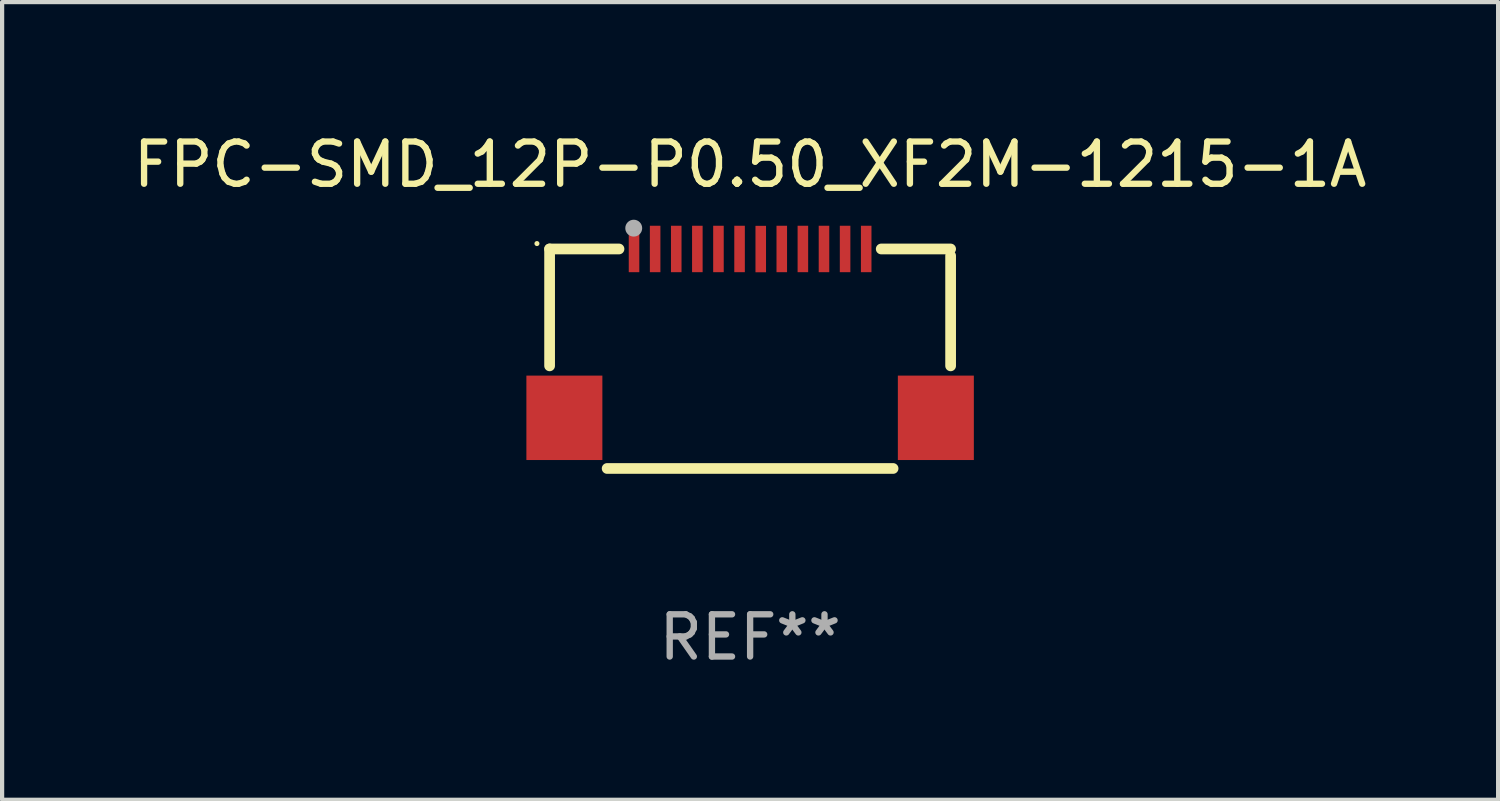
<source format=kicad_pcb>
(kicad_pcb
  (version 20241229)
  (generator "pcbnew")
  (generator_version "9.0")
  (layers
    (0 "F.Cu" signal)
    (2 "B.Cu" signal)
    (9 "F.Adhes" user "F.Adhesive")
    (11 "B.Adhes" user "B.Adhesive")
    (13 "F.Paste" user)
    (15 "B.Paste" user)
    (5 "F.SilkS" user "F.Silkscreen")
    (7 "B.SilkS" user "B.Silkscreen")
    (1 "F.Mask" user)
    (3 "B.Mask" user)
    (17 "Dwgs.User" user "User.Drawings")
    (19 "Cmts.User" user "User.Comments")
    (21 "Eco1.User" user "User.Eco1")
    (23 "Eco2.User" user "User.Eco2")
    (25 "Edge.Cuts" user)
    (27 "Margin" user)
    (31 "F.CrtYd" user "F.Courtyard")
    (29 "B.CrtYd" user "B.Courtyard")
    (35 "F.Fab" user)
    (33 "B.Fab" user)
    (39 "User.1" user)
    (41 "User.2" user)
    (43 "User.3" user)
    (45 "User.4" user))
  (footprint "FPC-SMD_12P-P0.50_XF2M-1215-1A"
    (layer "F.Cu")
    (at 14.72 5.448)
    (property "Reference" "FPC-SMD_12P-P0.50_XF2M-1215-1A" (at 0 -4.6 0) (layer "F.SilkS") (effects (font (size 1 1) (thickness 0.15))))
    (attr through_hole)
    (fp_line (start -4.75 -2.6) (end -3.106 -2.6) (stroke (width 0.254) (type solid)) (layer "F.SilkS"))
    (fp_line (start -4.75 0.169) (end -4.75 -2.6) (stroke (width 0.254) (type solid)) (layer "F.SilkS"))
    (fp_line (start 3.106 -2.6) (end 4.75 -2.6) (stroke (width 0.254) (type solid)) (layer "F.SilkS"))
    (fp_line (start 3.387 2.6) (end -3.387 2.6) (stroke (width 0.254) (type solid)) (layer "F.SilkS"))
    (fp_line (start 4.75 -2.44) (end 4.75 0.169) (stroke (width 0.254) (type solid)) (layer "F.SilkS"))
    (fp_circle (center -5.05 -2.728) (end -5.02 -2.728) (stroke (width 0.06) (type solid)) (fill no) (layer "F.SilkS"))
    (fp_circle (center -2.757 -3.093) (end -2.657 -3.093) (stroke (width 0.2) (type solid)) (fill no) (layer "F.Fab"))
    (fp_text user "REF**" (at 0 6.6 0) (layer "F.Fab") (effects (font (size 1 1) (thickness 0.15))))
    (pad "1" smd rect (at -2.75 -2.6) (size 0.25 1.1) (layers "F.Cu" "F.Mask" "F.Paste"))
    (pad "2" smd rect (at -2.25 -2.6) (size 0.25 1.1) (layers "F.Cu" "F.Mask" "F.Paste"))
    (pad "3" smd rect (at -1.75 -2.6) (size 0.25 1.1) (layers "F.Cu" "F.Mask" "F.Paste"))
    (pad "4" smd rect (at -1.25 -2.6) (size 0.25 1.1) (layers "F.Cu" "F.Mask" "F.Paste"))
    (pad "5" smd rect (at -0.75 -2.6) (size 0.25 1.1) (layers "F.Cu" "F.Mask" "F.Paste"))
    (pad "6" smd rect (at -0.25 -2.6) (size 0.25 1.1) (layers "F.Cu" "F.Mask" "F.Paste"))
    (pad "7" smd rect (at 0.252 -2.598) (size 0.25 1.1) (layers "F.Cu" "F.Mask" "F.Paste"))
    (pad "8" smd rect (at 0.75 -2.6) (size 0.25 1.1) (layers "F.Cu" "F.Mask" "F.Paste"))
    (pad "9" smd rect (at 1.25 -2.6) (size 0.25 1.1) (layers "F.Cu" "F.Mask" "F.Paste"))
    (pad "10" smd rect (at 1.75 -2.6) (size 0.25 1.1) (layers "F.Cu" "F.Mask" "F.Paste"))
    (pad "11" smd rect (at 2.25 -2.6) (size 0.25 1.1) (layers "F.Cu" "F.Mask" "F.Paste"))
    (pad "12" smd rect (at 2.75 -2.6) (size 0.25 1.1) (layers "F.Cu" "F.Mask" "F.Paste"))
    (pad "13" smd rect (at 4.4 1.4) (size 1.8 2) (layers "F.Cu" "F.Mask" "F.Paste"))
    (pad "14" smd rect (at -4.4 1.4) (size 1.8 2) (layers "F.Cu" "F.Mask" "F.Paste")))
  (gr_rect
    (start -3 -3)
    (end 32.44 15.896)
    (stroke (width 0.1) (type default))
    (fill no)
    (layer "Edge.Cuts")))
</source>
